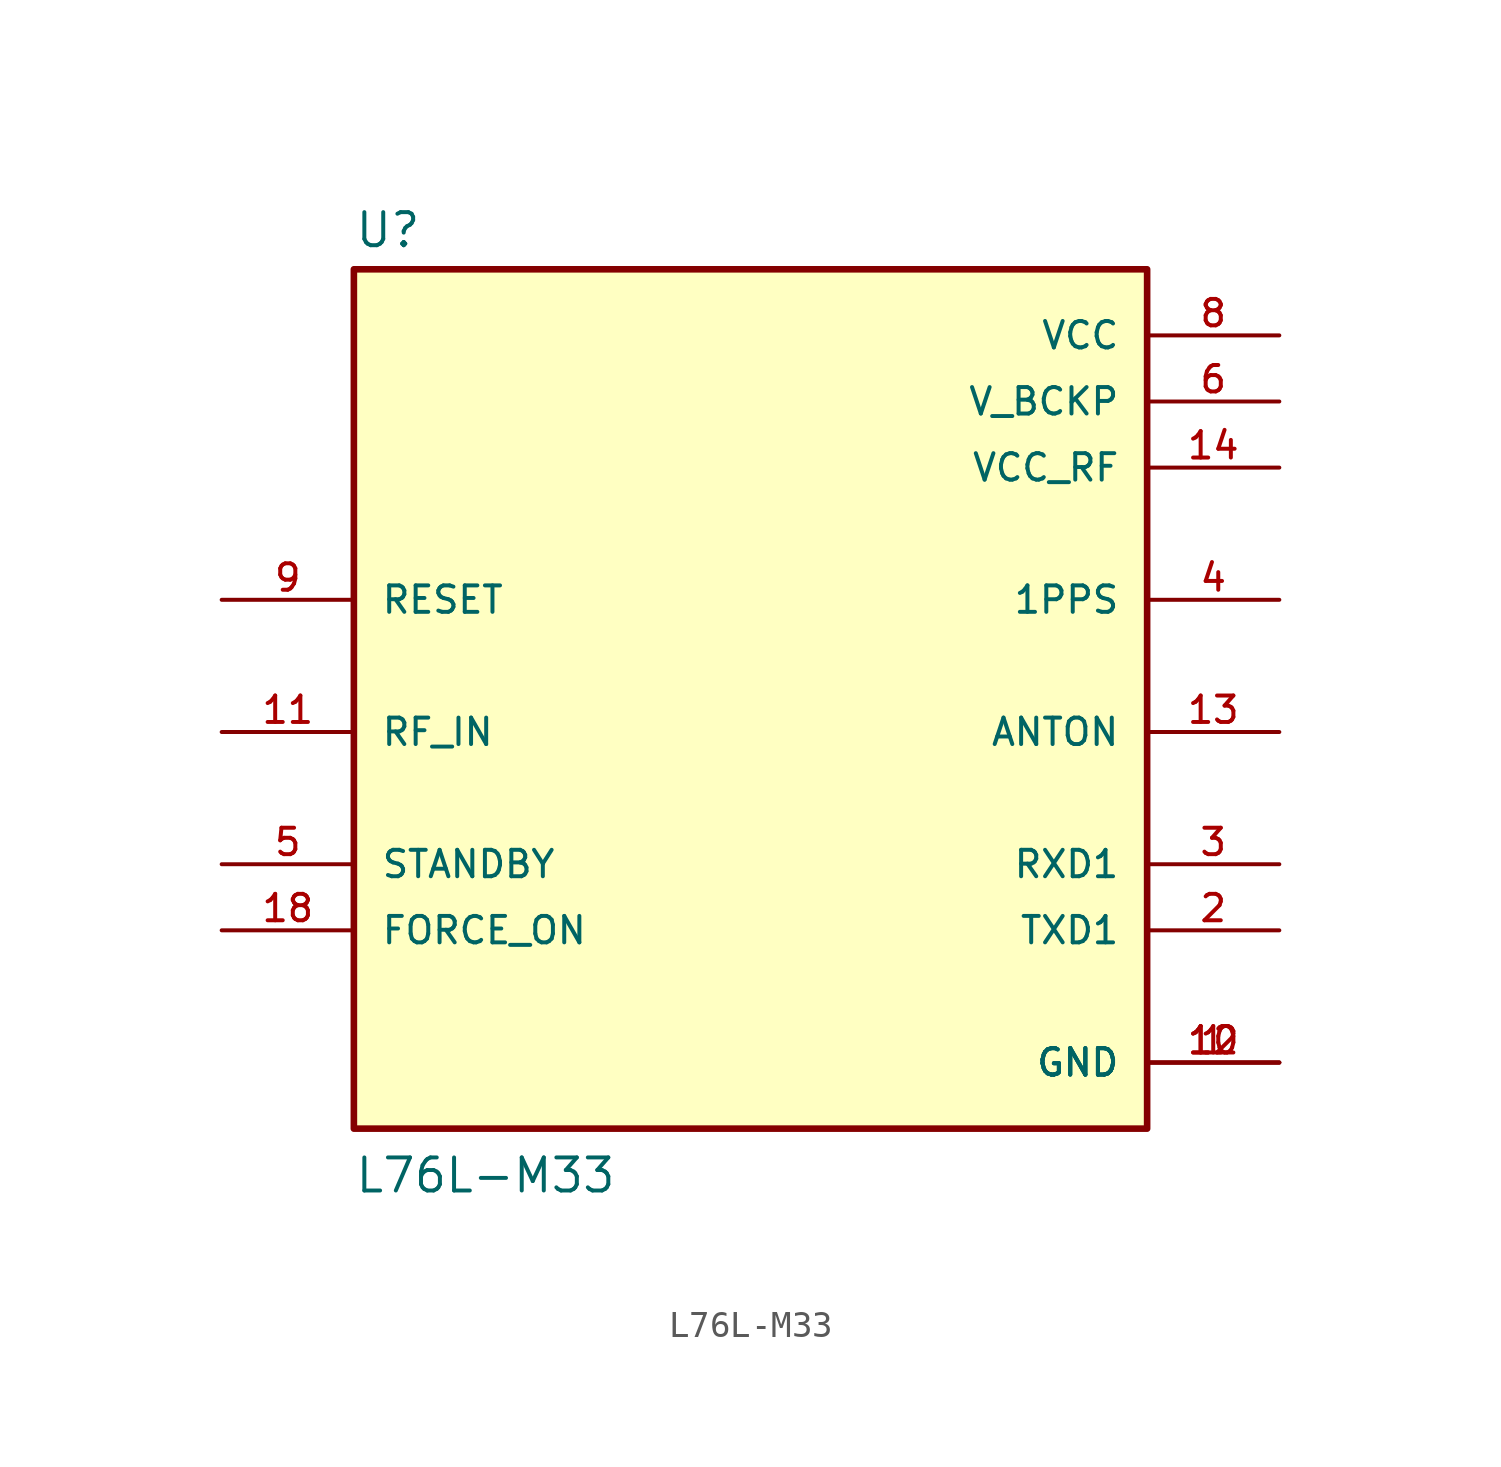
<source format=kicad_sym>
(kicad_symbol_lib
  (version 20211014)
  (generator kicad_symbol_editor)
  (symbol "L76L-M33"
    (pin_names
      (offset 1.016))
    (property "Reference" "U"
      (at -15.24 18.542 0)
      (effects (font (size 1.27 1.27)) (justify bottom left)))
    (property "Value" "L76L-M33"
      (at -15.24 -17.78 0)
      (effects (font (size 1.27 1.27)) (justify bottom left)))
    (symbol "L76L-M33_0_0"
      (rectangle (start -15.24 -15.24) (end 15.24 17.78) (stroke (width 0.254)) (fill (type background)))
      (pin power_in line (at 20.32 15.24 180.0) (length 5.08) (name "VCC" (effects (font (size 1.016 1.016)))) (number "8" (effects (font (size 1.016 1.016)))))
      (pin power_in line (at 20.32 12.7 180.0) (length 5.08) (name "V_BCKP" (effects (font (size 1.016 1.016)))) (number "6" (effects (font (size 1.016 1.016)))))
      (pin power_in line (at 20.32 10.16 180.0) (length 5.08) (name "VCC_RF" (effects (font (size 1.016 1.016)))) (number "14" (effects (font (size 1.016 1.016)))))
      (pin input line (at -20.32 5.08 0) (length 5.08) (name "RESET" (effects (font (size 1.016 1.016)))) (number "9" (effects (font (size 1.016 1.016)))))
      (pin output line (at 20.32 -7.62 180.0) (length 5.08) (name "TXD1" (effects (font (size 1.016 1.016)))) (number "2" (effects (font (size 1.016 1.016)))))
      (pin input line (at 20.32 -5.08 180.0) (length 5.08) (name "RXD1" (effects (font (size 1.016 1.016)))) (number "3" (effects (font (size 1.016 1.016)))))
      (pin input line (at -20.32 0.0 0) (length 5.08) (name "RF_IN" (effects (font (size 1.016 1.016)))) (number "11" (effects (font (size 1.016 1.016)))))
      (pin output line (at 20.32 0.0 180.0) (length 5.08) (name "ANTON" (effects (font (size 1.016 1.016)))) (number "13" (effects (font (size 1.016 1.016)))))
      (pin output line (at 20.32 5.08 180.0) (length 5.08) (name "1PPS" (effects (font (size 1.016 1.016)))) (number "4" (effects (font (size 1.016 1.016)))))
      (pin input line (at -20.32 -7.62 0) (length 5.08) (name "FORCE_ON" (effects (font (size 1.016 1.016)))) (number "18" (effects (font (size 1.016 1.016)))))
      (pin power_in line (at 20.32 -12.7 180.0) (length 5.08) (name "GND" (effects (font (size 1.016 1.016)))) (number "1" (effects (font (size 1.016 1.016)))))
      (pin power_in line (at 20.32 -12.7 180.0) (length 5.08) (name "GND" (effects (font (size 1.016 1.016)))) (number "10" (effects (font (size 1.016 1.016)))))
      (pin power_in line (at 20.32 -12.7 180.0) (length 5.08) (name "GND" (effects (font (size 1.016 1.016)))) (number "12" (effects (font (size 1.016 1.016)))))
      (pin input line (at -20.32 -5.08 0) (length 5.08) (name "STANDBY" (effects (font (size 1.016 1.016)))) (number "5" (effects (font (size 1.016 1.016))))))))
</source>
